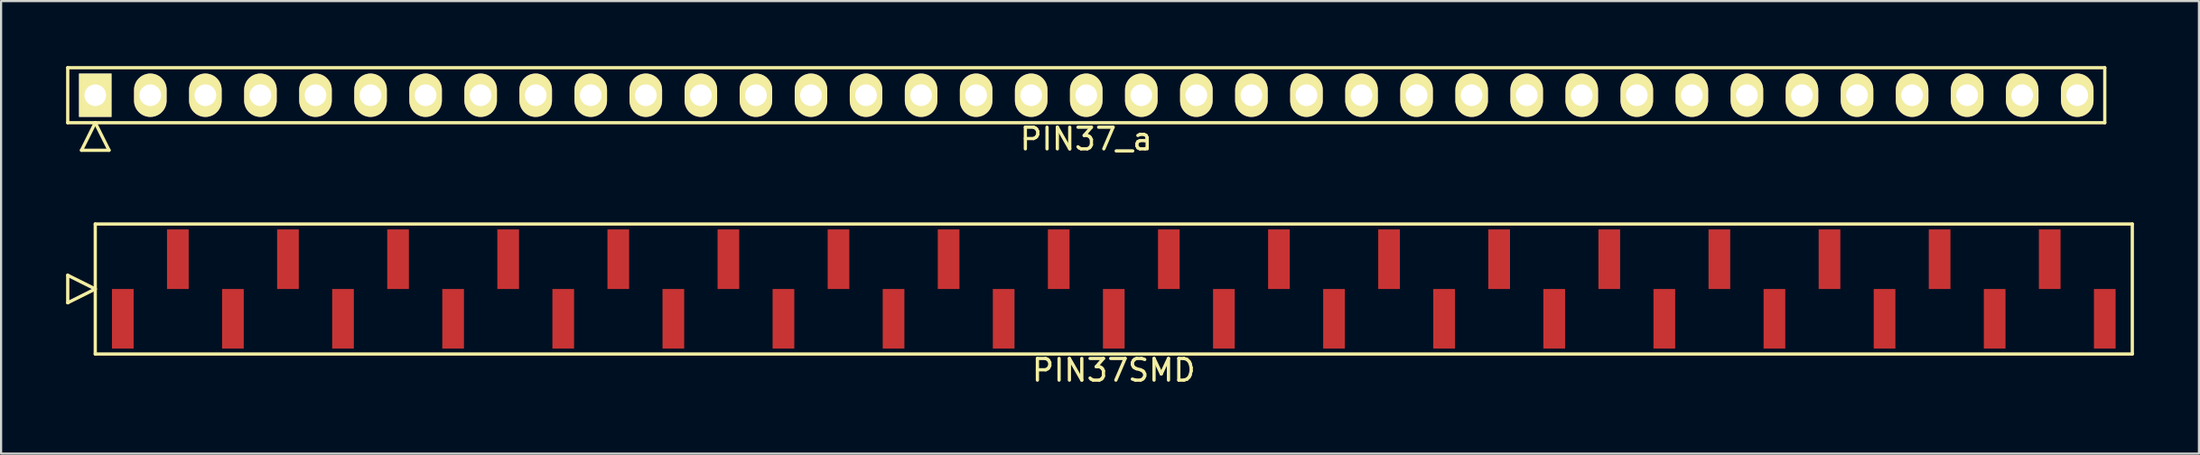
<source format=kicad_pcb>
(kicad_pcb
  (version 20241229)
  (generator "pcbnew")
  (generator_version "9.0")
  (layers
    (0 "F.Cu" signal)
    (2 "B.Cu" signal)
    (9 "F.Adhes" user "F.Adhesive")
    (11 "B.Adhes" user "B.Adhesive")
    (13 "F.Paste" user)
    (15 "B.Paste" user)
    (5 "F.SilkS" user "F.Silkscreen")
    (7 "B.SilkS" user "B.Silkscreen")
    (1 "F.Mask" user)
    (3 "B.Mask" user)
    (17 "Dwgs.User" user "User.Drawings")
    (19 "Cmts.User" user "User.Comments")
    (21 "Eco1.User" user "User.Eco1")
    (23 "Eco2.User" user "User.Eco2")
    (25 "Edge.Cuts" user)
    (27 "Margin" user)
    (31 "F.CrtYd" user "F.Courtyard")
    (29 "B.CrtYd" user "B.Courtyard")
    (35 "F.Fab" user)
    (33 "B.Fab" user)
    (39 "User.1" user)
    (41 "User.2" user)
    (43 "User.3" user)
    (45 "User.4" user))
  (footprint "PIN37SMD"
    (layer "F.Cu")
    (at 48.335 10.288)
    (property "Reference" "PIN37SMD" (at 0 3.75 0) (layer "F.SilkS") (effects (font (size 1 1) (thickness 0.15))))
    (attr through_hole)
    (fp_line (start -48.26 0.635) (end -48.26 -0.635) (stroke (width 0.15) (type solid)) (layer "F.SilkS"))
    (fp_line (start -46.99 -3) (end -46.99 3) (stroke (width 0.15) (type solid)) (layer "F.SilkS"))
    (fp_line (start -46.99 0) (end -48.26 -0.635) (stroke (width 0.15) (type solid)) (layer "F.SilkS"))
    (fp_line (start -46.99 0) (end -48.26 0.635) (stroke (width 0.15) (type solid)) (layer "F.SilkS"))
    (fp_line (start -46.99 3) (end 46.99 3) (stroke (width 0.15) (type solid)) (layer "F.SilkS"))
    (fp_line (start 46.99 -3) (end -46.99 -3) (stroke (width 0.15) (type solid)) (layer "F.SilkS"))
    (fp_line (start 46.99 3) (end 46.99 -3) (stroke (width 0.15) (type solid)) (layer "F.SilkS"))
    (pad "1" smd rect (at -45.72 1.375) (size 1 2.75) (layers "F.Cu" "F.Mask" "F.Paste"))
    (pad "2" smd rect (at -43.18 -1.375) (size 1 2.75) (layers "F.Cu" "F.Mask" "F.Paste"))
    (pad "3" smd rect (at -40.64 1.375) (size 1 2.75) (layers "F.Cu" "F.Mask" "F.Paste"))
    (pad "4" smd rect (at -38.1 -1.375) (size 1 2.75) (layers "F.Cu" "F.Mask" "F.Paste"))
    (pad "5" smd rect (at -35.56 1.375) (size 1 2.75) (layers "F.Cu" "F.Mask" "F.Paste"))
    (pad "6" smd rect (at -33.02 -1.375) (size 1 2.75) (layers "F.Cu" "F.Mask" "F.Paste"))
    (pad "7" smd rect (at -30.48 1.375) (size 1 2.75) (layers "F.Cu" "F.Mask" "F.Paste"))
    (pad "8" smd rect (at -27.94 -1.375) (size 1 2.75) (layers "F.Cu" "F.Mask" "F.Paste"))
    (pad "9" smd rect (at -25.4 1.375) (size 1 2.75) (layers "F.Cu" "F.Mask" "F.Paste"))
    (pad "10" smd rect (at -22.86 -1.375) (size 1 2.75) (layers "F.Cu" "F.Mask" "F.Paste"))
    (pad "11" smd rect (at -20.32 1.375) (size 1 2.75) (layers "F.Cu" "F.Mask" "F.Paste"))
    (pad "12" smd rect (at -17.78 -1.375) (size 1 2.75) (layers "F.Cu" "F.Mask" "F.Paste"))
    (pad "13" smd rect (at -15.24 1.375) (size 1 2.75) (layers "F.Cu" "F.Mask" "F.Paste"))
    (pad "14" smd rect (at -12.7 -1.375) (size 1 2.75) (layers "F.Cu" "F.Mask" "F.Paste"))
    (pad "15" smd rect (at -10.16 1.375) (size 1 2.75) (layers "F.Cu" "F.Mask" "F.Paste"))
    (pad "16" smd rect (at -7.62 -1.375) (size 1 2.75) (layers "F.Cu" "F.Mask" "F.Paste"))
    (pad "17" smd rect (at -5.08 1.375) (size 1 2.75) (layers "F.Cu" "F.Mask" "F.Paste"))
    (pad "18" smd rect (at -2.54 -1.375) (size 1 2.75) (layers "F.Cu" "F.Mask" "F.Paste"))
    (pad "19" smd rect (at 0 1.375) (size 1 2.75) (layers "F.Cu" "F.Mask" "F.Paste"))
    (pad "20" smd rect (at 2.54 -1.375) (size 1 2.75) (layers "F.Cu" "F.Mask" "F.Paste"))
    (pad "21" smd rect (at 5.08 1.375) (size 1 2.75) (layers "F.Cu" "F.Mask" "F.Paste"))
    (pad "22" smd rect (at 7.62 -1.375) (size 1 2.75) (layers "F.Cu" "F.Mask" "F.Paste"))
    (pad "23" smd rect (at 10.16 1.375) (size 1 2.75) (layers "F.Cu" "F.Mask" "F.Paste"))
    (pad "24" smd rect (at 12.7 -1.375) (size 1 2.75) (layers "F.Cu" "F.Mask" "F.Paste"))
    (pad "25" smd rect (at 15.24 1.375) (size 1 2.75) (layers "F.Cu" "F.Mask" "F.Paste"))
    (pad "26" smd rect (at 17.78 -1.375) (size 1 2.75) (layers "F.Cu" "F.Mask" "F.Paste"))
    (pad "27" smd rect (at 20.32 1.375) (size 1 2.75) (layers "F.Cu" "F.Mask" "F.Paste"))
    (pad "28" smd rect (at 22.86 -1.375) (size 1 2.75) (layers "F.Cu" "F.Mask" "F.Paste"))
    (pad "29" smd rect (at 25.4 1.375) (size 1 2.75) (layers "F.Cu" "F.Mask" "F.Paste"))
    (pad "30" smd rect (at 27.94 -1.375) (size 1 2.75) (layers "F.Cu" "F.Mask" "F.Paste"))
    (pad "31" smd rect (at 30.48 1.375) (size 1 2.75) (layers "F.Cu" "F.Mask" "F.Paste"))
    (pad "32" smd rect (at 33.02 -1.375) (size 1 2.75) (layers "F.Cu" "F.Mask" "F.Paste"))
    (pad "33" smd rect (at 35.56 1.375) (size 1 2.75) (layers "F.Cu" "F.Mask" "F.Paste"))
    (pad "34" smd rect (at 38.1 -1.375) (size 1 2.75) (layers "F.Cu" "F.Mask" "F.Paste"))
    (pad "35" smd rect (at 40.64 1.375) (size 1 2.75) (layers "F.Cu" "F.Mask" "F.Paste"))
    (pad "36" smd rect (at 43.18 -1.375) (size 1 2.75) (layers "F.Cu" "F.Mask" "F.Paste"))
    (pad "37" smd rect (at 45.72 1.375) (size 1 2.75) (layers "F.Cu" "F.Mask" "F.Paste")))
  (footprint "PIN37_a"
    (layer "F.Cu")
    (at 47.065 1.345)
    (property "Reference" "PIN37_a" (at 0 2.02 0) (layer "F.SilkS") (effects (font (size 1 1) (thickness 0.15))))
    (attr through_hole)
    (fp_line (start -46.99 -1.27) (end -46.99 1.27) (stroke (width 0.15) (type solid)) (layer "F.SilkS"))
    (fp_line (start -46.99 1.27) (end 46.99 1.27) (stroke (width 0.15) (type solid)) (layer "F.SilkS"))
    (fp_line (start -46.355 2.54) (end -45.72 1.27) (stroke (width 0.15) (type solid)) (layer "F.SilkS"))
    (fp_line (start -46.355 2.54) (end -45.085 2.54) (stroke (width 0.15) (type solid)) (layer "F.SilkS"))
    (fp_line (start -45.085 2.54) (end -45.72 1.27) (stroke (width 0.15) (type solid)) (layer "F.SilkS"))
    (fp_line (start 46.99 -1.27) (end -46.99 -1.27) (stroke (width 0.15) (type solid)) (layer "F.SilkS"))
    (fp_line (start 46.99 1.27) (end 46.99 -1.27) (stroke (width 0.15) (type solid)) (layer "F.SilkS"))
    (pad "1" thru_hole rect (at -45.72 0) (size 1.5 2) (drill 1) (layers "*.Cu" "*.Mask" "F.SilkS"))
    (pad "2" thru_hole oval (at -43.18 0) (size 1.5 2) (drill 1) (layers "*.Cu" "*.Mask" "F.SilkS"))
    (pad "3" thru_hole oval (at -40.64 0) (size 1.5 2) (drill 1) (layers "*.Cu" "*.Mask" "F.SilkS"))
    (pad "4" thru_hole oval (at -38.1 0) (size 1.5 2) (drill 1) (layers "*.Cu" "*.Mask" "F.SilkS"))
    (pad "5" thru_hole oval (at -35.56 0) (size 1.5 2) (drill 1) (layers "*.Cu" "*.Mask" "F.SilkS"))
    (pad "6" thru_hole oval (at -33.02 0) (size 1.5 2) (drill 1) (layers "*.Cu" "*.Mask" "F.SilkS"))
    (pad "7" thru_hole oval (at -30.48 0) (size 1.5 2) (drill 1) (layers "*.Cu" "*.Mask" "F.SilkS"))
    (pad "8" thru_hole oval (at -27.94 0) (size 1.5 2) (drill 1) (layers "*.Cu" "*.Mask" "F.SilkS"))
    (pad "9" thru_hole oval (at -25.4 0) (size 1.5 2) (drill 1) (layers "*.Cu" "*.Mask" "F.SilkS"))
    (pad "10" thru_hole oval (at -22.86 0) (size 1.5 2) (drill 1) (layers "*.Cu" "*.Mask" "F.SilkS"))
    (pad "11" thru_hole oval (at -20.32 0) (size 1.5 2) (drill 1) (layers "*.Cu" "*.Mask" "F.SilkS"))
    (pad "12" thru_hole oval (at -17.78 0) (size 1.5 2) (drill 1) (layers "*.Cu" "*.Mask" "F.SilkS"))
    (pad "13" thru_hole oval (at -15.24 0) (size 1.5 2) (drill 1) (layers "*.Cu" "*.Mask" "F.SilkS"))
    (pad "14" thru_hole oval (at -12.7 0) (size 1.5 2) (drill 1) (layers "*.Cu" "*.Mask" "F.SilkS"))
    (pad "15" thru_hole oval (at -10.16 0) (size 1.5 2) (drill 1) (layers "*.Cu" "*.Mask" "F.SilkS"))
    (pad "16" thru_hole oval (at -7.62 0) (size 1.5 2) (drill 1) (layers "*.Cu" "*.Mask" "F.SilkS"))
    (pad "17" thru_hole oval (at -5.08 0) (size 1.5 2) (drill 1) (layers "*.Cu" "*.Mask" "F.SilkS"))
    (pad "18" thru_hole oval (at -2.54 0) (size 1.5 2) (drill 1) (layers "*.Cu" "*.Mask" "F.SilkS"))
    (pad "19" thru_hole oval (at 0 0) (size 1.5 2) (drill 1) (layers "*.Cu" "*.Mask" "F.SilkS"))
    (pad "20" thru_hole oval (at 2.54 0) (size 1.5 2) (drill 1) (layers "*.Cu" "*.Mask" "F.SilkS"))
    (pad "21" thru_hole oval (at 5.08 0) (size 1.5 2) (drill 1) (layers "*.Cu" "*.Mask" "F.SilkS"))
    (pad "22" thru_hole oval (at 7.62 0) (size 1.5 2) (drill 1) (layers "*.Cu" "*.Mask" "F.SilkS"))
    (pad "23" thru_hole oval (at 10.16 0) (size 1.5 2) (drill 1) (layers "*.Cu" "*.Mask" "F.SilkS"))
    (pad "24" thru_hole oval (at 12.7 0) (size 1.5 2) (drill 1) (layers "*.Cu" "*.Mask" "F.SilkS"))
    (pad "25" thru_hole oval (at 15.24 0) (size 1.5 2) (drill 1) (layers "*.Cu" "*.Mask" "F.SilkS"))
    (pad "26" thru_hole oval (at 17.78 0) (size 1.5 2) (drill 1) (layers "*.Cu" "*.Mask" "F.SilkS"))
    (pad "27" thru_hole oval (at 20.32 0) (size 1.5 2) (drill 1) (layers "*.Cu" "*.Mask" "F.SilkS"))
    (pad "28" thru_hole oval (at 22.86 0) (size 1.5 2) (drill 1) (layers "*.Cu" "*.Mask" "F.SilkS"))
    (pad "29" thru_hole oval (at 25.4 0) (size 1.5 2) (drill 1) (layers "*.Cu" "*.Mask" "F.SilkS"))
    (pad "30" thru_hole oval (at 27.94 0) (size 1.5 2) (drill 1) (layers "*.Cu" "*.Mask" "F.SilkS"))
    (pad "31" thru_hole oval (at 30.48 0) (size 1.5 2) (drill 1) (layers "*.Cu" "*.Mask" "F.SilkS"))
    (pad "32" thru_hole oval (at 33.02 0) (size 1.5 2) (drill 1) (layers "*.Cu" "*.Mask" "F.SilkS"))
    (pad "33" thru_hole oval (at 35.56 0) (size 1.5 2) (drill 1) (layers "*.Cu" "*.Mask" "F.SilkS"))
    (pad "34" thru_hole oval (at 38.1 0) (size 1.5 2) (drill 1) (layers "*.Cu" "*.Mask" "F.SilkS"))
    (pad "35" thru_hole oval (at 40.64 0) (size 1.5 2) (drill 1) (layers "*.Cu" "*.Mask" "F.SilkS"))
    (pad "36" thru_hole oval (at 43.18 0) (size 1.5 2) (drill 1) (layers "*.Cu" "*.Mask" "F.SilkS"))
    (pad "37" thru_hole oval (at 45.72 0) (size 1.5 2) (drill 1) (layers "*.Cu" "*.Mask" "F.SilkS")))
  (gr_rect
    (start -3 -3)
    (end 98.4 17.887)
    (stroke (width 0.1) (type default))
    (fill no)
    (layer "Edge.Cuts")))
</source>
